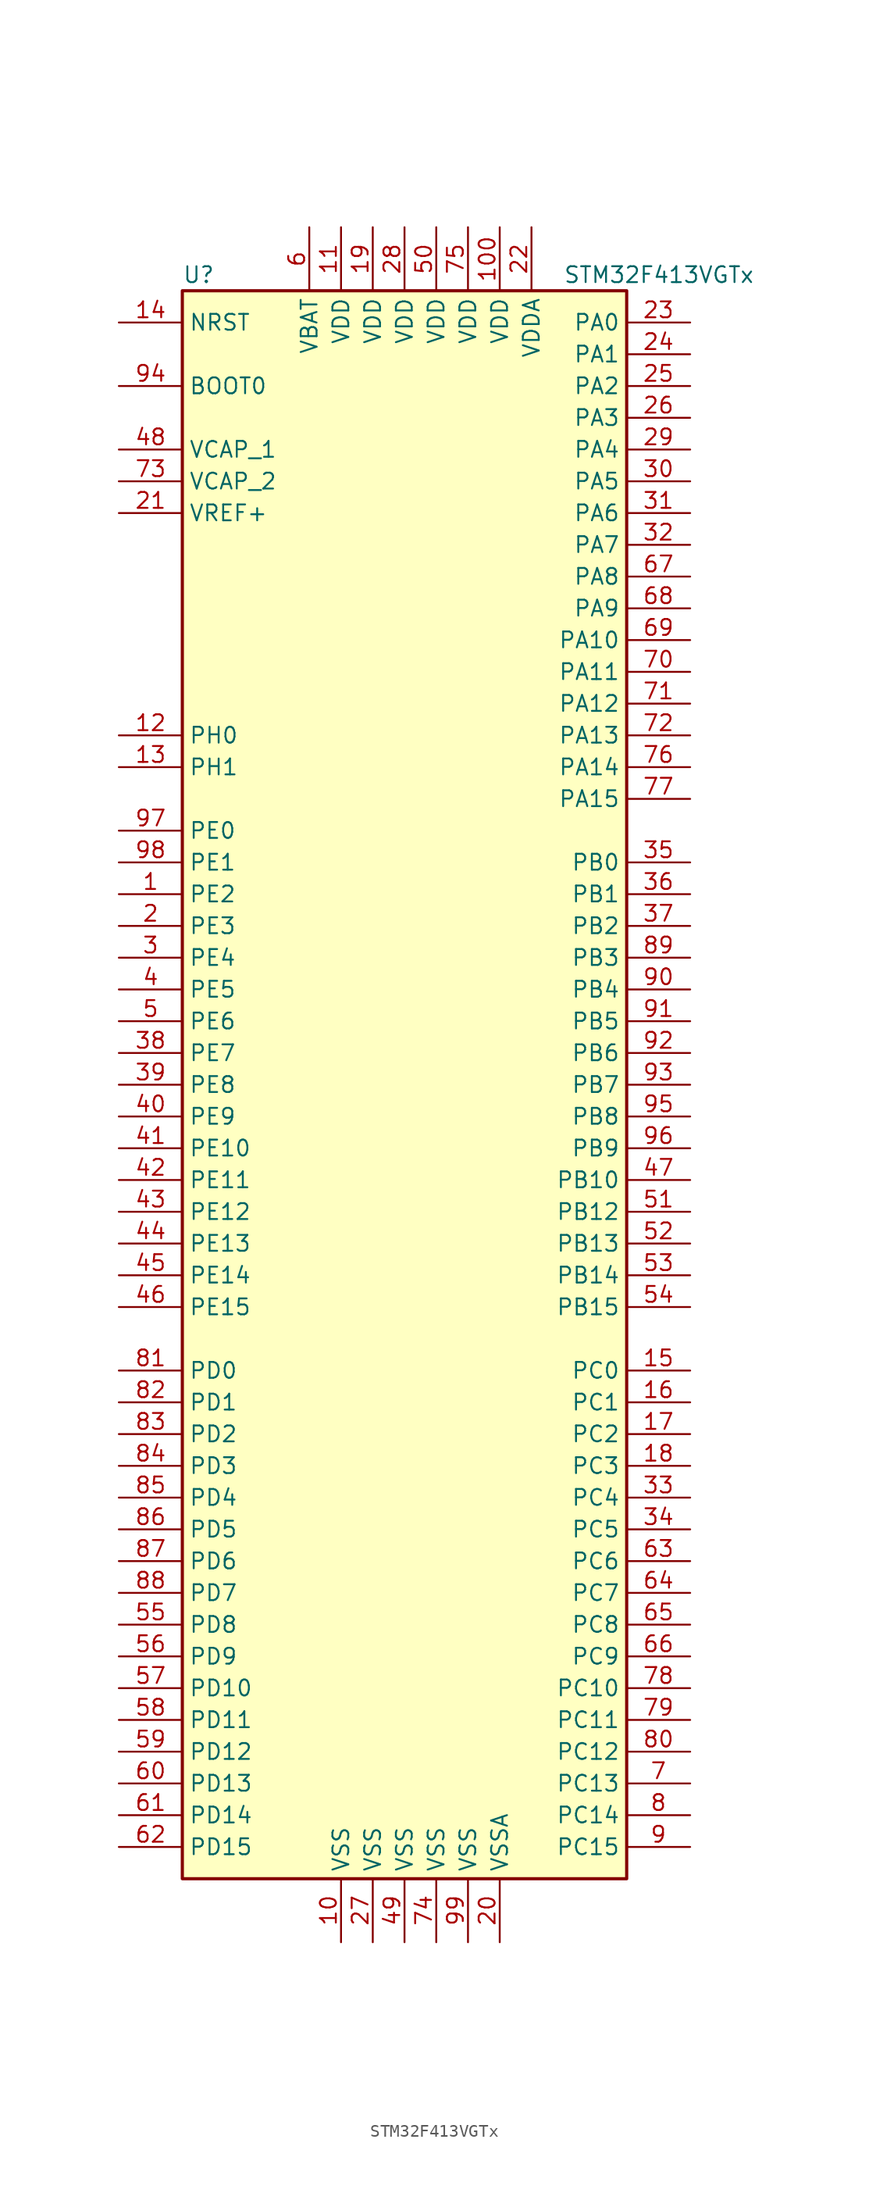
<source format=kicad_sym>
(kicad_symbol_lib
  (version 20201005)
  (generator kicad_symbol_editor)
  (symbol "STM32F413VGTx"
    (property "Reference" "U"
      (at -17.78 64.77 0)
      (effects (font (size 1.27 1.27)) (justify left)))
    (property "Value" "STM32F413VGTx"
      (at 12.7 64.77 0)
      (effects (font (size 1.27 1.27)) (justify left)))
    (symbol "STM32F413VGTx_0_1"
      (rectangle (start -17.78 -63.5) (end 17.78 63.5) (stroke (width 0.254)) (fill (type background))))
    (symbol "STM32F413VGTx_1_1"
      (pin bidirectional line (at -22.86 15.24 0) (length 5.08) (name "PE2" (effects (font (size 1.27 1.27)))) (number "1" (effects (font (size 1.27 1.27)))))
      (pin power_in line (at -5.08 -68.58 90) (length 5.08) (name "VSS" (effects (font (size 1.27 1.27)))) (number "10" (effects (font (size 1.27 1.27)))))
      (pin power_in line (at 7.62 68.58 270) (length 5.08) (name "VDD" (effects (font (size 1.27 1.27)))) (number "100" (effects (font (size 1.27 1.27)))))
      (pin power_in line (at -5.08 68.58 270) (length 5.08) (name "VDD" (effects (font (size 1.27 1.27)))) (number "11" (effects (font (size 1.27 1.27)))))
      (pin input line (at -22.86 27.94 0) (length 5.08) (name "PH0" (effects (font (size 1.27 1.27)))) (number "12" (effects (font (size 1.27 1.27)))))
      (pin input line (at -22.86 25.4 0) (length 5.08) (name "PH1" (effects (font (size 1.27 1.27)))) (number "13" (effects (font (size 1.27 1.27)))))
      (pin input line (at -22.86 60.96 0) (length 5.08) (name "NRST" (effects (font (size 1.27 1.27)))) (number "14" (effects (font (size 1.27 1.27)))))
      (pin bidirectional line (at 22.86 -22.86 180) (length 5.08) (name "PC0" (effects (font (size 1.27 1.27)))) (number "15" (effects (font (size 1.27 1.27)))))
      (pin bidirectional line (at 22.86 -25.4 180) (length 5.08) (name "PC1" (effects (font (size 1.27 1.27)))) (number "16" (effects (font (size 1.27 1.27)))))
      (pin bidirectional line (at 22.86 -27.94 180) (length 5.08) (name "PC2" (effects (font (size 1.27 1.27)))) (number "17" (effects (font (size 1.27 1.27)))))
      (pin bidirectional line (at 22.86 -30.48 180) (length 5.08) (name "PC3" (effects (font (size 1.27 1.27)))) (number "18" (effects (font (size 1.27 1.27)))))
      (pin power_in line (at -2.54 68.58 270) (length 5.08) (name "VDD" (effects (font (size 1.27 1.27)))) (number "19" (effects (font (size 1.27 1.27)))))
      (pin bidirectional line (at -22.86 12.7 0) (length 5.08) (name "PE3" (effects (font (size 1.27 1.27)))) (number "2" (effects (font (size 1.27 1.27)))))
      (pin power_in line (at 7.62 -68.58 90) (length 5.08) (name "VSSA" (effects (font (size 1.27 1.27)))) (number "20" (effects (font (size 1.27 1.27)))))
      (pin power_in line (at -22.86 45.72 0) (length 5.08) (name "VREF+" (effects (font (size 1.27 1.27)))) (number "21" (effects (font (size 1.27 1.27)))))
      (pin power_in line (at 10.16 68.58 270) (length 5.08) (name "VDDA" (effects (font (size 1.27 1.27)))) (number "22" (effects (font (size 1.27 1.27)))))
      (pin bidirectional line (at 22.86 60.96 180) (length 5.08) (name "PA0" (effects (font (size 1.27 1.27)))) (number "23" (effects (font (size 1.27 1.27)))))
      (pin bidirectional line (at 22.86 58.42 180) (length 5.08) (name "PA1" (effects (font (size 1.27 1.27)))) (number "24" (effects (font (size 1.27 1.27)))))
      (pin bidirectional line (at 22.86 55.88 180) (length 5.08) (name "PA2" (effects (font (size 1.27 1.27)))) (number "25" (effects (font (size 1.27 1.27)))))
      (pin bidirectional line (at 22.86 53.34 180) (length 5.08) (name "PA3" (effects (font (size 1.27 1.27)))) (number "26" (effects (font (size 1.27 1.27)))))
      (pin power_in line (at -2.54 -68.58 90) (length 5.08) (name "VSS" (effects (font (size 1.27 1.27)))) (number "27" (effects (font (size 1.27 1.27)))))
      (pin power_in line (at 0 68.58 270) (length 5.08) (name "VDD" (effects (font (size 1.27 1.27)))) (number "28" (effects (font (size 1.27 1.27)))))
      (pin bidirectional line (at 22.86 50.8 180) (length 5.08) (name "PA4" (effects (font (size 1.27 1.27)))) (number "29" (effects (font (size 1.27 1.27)))))
      (pin bidirectional line (at -22.86 10.16 0) (length 5.08) (name "PE4" (effects (font (size 1.27 1.27)))) (number "3" (effects (font (size 1.27 1.27)))))
      (pin bidirectional line (at 22.86 48.26 180) (length 5.08) (name "PA5" (effects (font (size 1.27 1.27)))) (number "30" (effects (font (size 1.27 1.27)))))
      (pin bidirectional line (at 22.86 45.72 180) (length 5.08) (name "PA6" (effects (font (size 1.27 1.27)))) (number "31" (effects (font (size 1.27 1.27)))))
      (pin bidirectional line (at 22.86 43.18 180) (length 5.08) (name "PA7" (effects (font (size 1.27 1.27)))) (number "32" (effects (font (size 1.27 1.27)))))
      (pin bidirectional line (at 22.86 -33.02 180) (length 5.08) (name "PC4" (effects (font (size 1.27 1.27)))) (number "33" (effects (font (size 1.27 1.27)))))
      (pin bidirectional line (at 22.86 -35.56 180) (length 5.08) (name "PC5" (effects (font (size 1.27 1.27)))) (number "34" (effects (font (size 1.27 1.27)))))
      (pin bidirectional line (at 22.86 17.78 180) (length 5.08) (name "PB0" (effects (font (size 1.27 1.27)))) (number "35" (effects (font (size 1.27 1.27)))))
      (pin bidirectional line (at 22.86 15.24 180) (length 5.08) (name "PB1" (effects (font (size 1.27 1.27)))) (number "36" (effects (font (size 1.27 1.27)))))
      (pin bidirectional line (at 22.86 12.7 180) (length 5.08) (name "PB2" (effects (font (size 1.27 1.27)))) (number "37" (effects (font (size 1.27 1.27)))))
      (pin bidirectional line (at -22.86 2.54 0) (length 5.08) (name "PE7" (effects (font (size 1.27 1.27)))) (number "38" (effects (font (size 1.27 1.27)))))
      (pin bidirectional line (at -22.86 0 0) (length 5.08) (name "PE8" (effects (font (size 1.27 1.27)))) (number "39" (effects (font (size 1.27 1.27)))))
      (pin bidirectional line (at -22.86 7.62 0) (length 5.08) (name "PE5" (effects (font (size 1.27 1.27)))) (number "4" (effects (font (size 1.27 1.27)))))
      (pin bidirectional line (at -22.86 -2.54 0) (length 5.08) (name "PE9" (effects (font (size 1.27 1.27)))) (number "40" (effects (font (size 1.27 1.27)))))
      (pin bidirectional line (at -22.86 -5.08 0) (length 5.08) (name "PE10" (effects (font (size 1.27 1.27)))) (number "41" (effects (font (size 1.27 1.27)))))
      (pin bidirectional line (at -22.86 -7.62 0) (length 5.08) (name "PE11" (effects (font (size 1.27 1.27)))) (number "42" (effects (font (size 1.27 1.27)))))
      (pin bidirectional line (at -22.86 -10.16 0) (length 5.08) (name "PE12" (effects (font (size 1.27 1.27)))) (number "43" (effects (font (size 1.27 1.27)))))
      (pin bidirectional line (at -22.86 -12.7 0) (length 5.08) (name "PE13" (effects (font (size 1.27 1.27)))) (number "44" (effects (font (size 1.27 1.27)))))
      (pin bidirectional line (at -22.86 -15.24 0) (length 5.08) (name "PE14" (effects (font (size 1.27 1.27)))) (number "45" (effects (font (size 1.27 1.27)))))
      (pin bidirectional line (at -22.86 -17.78 0) (length 5.08) (name "PE15" (effects (font (size 1.27 1.27)))) (number "46" (effects (font (size 1.27 1.27)))))
      (pin bidirectional line (at 22.86 -7.62 180) (length 5.08) (name "PB10" (effects (font (size 1.27 1.27)))) (number "47" (effects (font (size 1.27 1.27)))))
      (pin power_in line (at -22.86 50.8 0) (length 5.08) (name "VCAP_1" (effects (font (size 1.27 1.27)))) (number "48" (effects (font (size 1.27 1.27)))))
      (pin power_in line (at 0 -68.58 90) (length 5.08) (name "VSS" (effects (font (size 1.27 1.27)))) (number "49" (effects (font (size 1.27 1.27)))))
      (pin bidirectional line (at -22.86 5.08 0) (length 5.08) (name "PE6" (effects (font (size 1.27 1.27)))) (number "5" (effects (font (size 1.27 1.27)))))
      (pin power_in line (at 2.54 68.58 270) (length 5.08) (name "VDD" (effects (font (size 1.27 1.27)))) (number "50" (effects (font (size 1.27 1.27)))))
      (pin bidirectional line (at 22.86 -10.16 180) (length 5.08) (name "PB12" (effects (font (size 1.27 1.27)))) (number "51" (effects (font (size 1.27 1.27)))))
      (pin bidirectional line (at 22.86 -12.7 180) (length 5.08) (name "PB13" (effects (font (size 1.27 1.27)))) (number "52" (effects (font (size 1.27 1.27)))))
      (pin bidirectional line (at 22.86 -15.24 180) (length 5.08) (name "PB14" (effects (font (size 1.27 1.27)))) (number "53" (effects (font (size 1.27 1.27)))))
      (pin bidirectional line (at 22.86 -17.78 180) (length 5.08) (name "PB15" (effects (font (size 1.27 1.27)))) (number "54" (effects (font (size 1.27 1.27)))))
      (pin bidirectional line (at -22.86 -43.18 0) (length 5.08) (name "PD8" (effects (font (size 1.27 1.27)))) (number "55" (effects (font (size 1.27 1.27)))))
      (pin bidirectional line (at -22.86 -45.72 0) (length 5.08) (name "PD9" (effects (font (size 1.27 1.27)))) (number "56" (effects (font (size 1.27 1.27)))))
      (pin bidirectional line (at -22.86 -48.26 0) (length 5.08) (name "PD10" (effects (font (size 1.27 1.27)))) (number "57" (effects (font (size 1.27 1.27)))))
      (pin bidirectional line (at -22.86 -50.8 0) (length 5.08) (name "PD11" (effects (font (size 1.27 1.27)))) (number "58" (effects (font (size 1.27 1.27)))))
      (pin bidirectional line (at -22.86 -53.34 0) (length 5.08) (name "PD12" (effects (font (size 1.27 1.27)))) (number "59" (effects (font (size 1.27 1.27)))))
      (pin power_in line (at -7.62 68.58 270) (length 5.08) (name "VBAT" (effects (font (size 1.27 1.27)))) (number "6" (effects (font (size 1.27 1.27)))))
      (pin bidirectional line (at -22.86 -55.88 0) (length 5.08) (name "PD13" (effects (font (size 1.27 1.27)))) (number "60" (effects (font (size 1.27 1.27)))))
      (pin bidirectional line (at -22.86 -58.42 0) (length 5.08) (name "PD14" (effects (font (size 1.27 1.27)))) (number "61" (effects (font (size 1.27 1.27)))))
      (pin bidirectional line (at -22.86 -60.96 0) (length 5.08) (name "PD15" (effects (font (size 1.27 1.27)))) (number "62" (effects (font (size 1.27 1.27)))))
      (pin bidirectional line (at 22.86 -38.1 180) (length 5.08) (name "PC6" (effects (font (size 1.27 1.27)))) (number "63" (effects (font (size 1.27 1.27)))))
      (pin bidirectional line (at 22.86 -40.64 180) (length 5.08) (name "PC7" (effects (font (size 1.27 1.27)))) (number "64" (effects (font (size 1.27 1.27)))))
      (pin bidirectional line (at 22.86 -43.18 180) (length 5.08) (name "PC8" (effects (font (size 1.27 1.27)))) (number "65" (effects (font (size 1.27 1.27)))))
      (pin bidirectional line (at 22.86 -45.72 180) (length 5.08) (name "PC9" (effects (font (size 1.27 1.27)))) (number "66" (effects (font (size 1.27 1.27)))))
      (pin bidirectional line (at 22.86 40.64 180) (length 5.08) (name "PA8" (effects (font (size 1.27 1.27)))) (number "67" (effects (font (size 1.27 1.27)))))
      (pin bidirectional line (at 22.86 38.1 180) (length 5.08) (name "PA9" (effects (font (size 1.27 1.27)))) (number "68" (effects (font (size 1.27 1.27)))))
      (pin bidirectional line (at 22.86 35.56 180) (length 5.08) (name "PA10" (effects (font (size 1.27 1.27)))) (number "69" (effects (font (size 1.27 1.27)))))
      (pin bidirectional line (at 22.86 -55.88 180) (length 5.08) (name "PC13" (effects (font (size 1.27 1.27)))) (number "7" (effects (font (size 1.27 1.27)))))
      (pin bidirectional line (at 22.86 33.02 180) (length 5.08) (name "PA11" (effects (font (size 1.27 1.27)))) (number "70" (effects (font (size 1.27 1.27)))))
      (pin bidirectional line (at 22.86 30.48 180) (length 5.08) (name "PA12" (effects (font (size 1.27 1.27)))) (number "71" (effects (font (size 1.27 1.27)))))
      (pin bidirectional line (at 22.86 27.94 180) (length 5.08) (name "PA13" (effects (font (size 1.27 1.27)))) (number "72" (effects (font (size 1.27 1.27)))))
      (pin power_in line (at -22.86 48.26 0) (length 5.08) (name "VCAP_2" (effects (font (size 1.27 1.27)))) (number "73" (effects (font (size 1.27 1.27)))))
      (pin power_in line (at 2.54 -68.58 90) (length 5.08) (name "VSS" (effects (font (size 1.27 1.27)))) (number "74" (effects (font (size 1.27 1.27)))))
      (pin power_in line (at 5.08 68.58 270) (length 5.08) (name "VDD" (effects (font (size 1.27 1.27)))) (number "75" (effects (font (size 1.27 1.27)))))
      (pin bidirectional line (at 22.86 25.4 180) (length 5.08) (name "PA14" (effects (font (size 1.27 1.27)))) (number "76" (effects (font (size 1.27 1.27)))))
      (pin bidirectional line (at 22.86 22.86 180) (length 5.08) (name "PA15" (effects (font (size 1.27 1.27)))) (number "77" (effects (font (size 1.27 1.27)))))
      (pin bidirectional line (at 22.86 -48.26 180) (length 5.08) (name "PC10" (effects (font (size 1.27 1.27)))) (number "78" (effects (font (size 1.27 1.27)))))
      (pin bidirectional line (at 22.86 -50.8 180) (length 5.08) (name "PC11" (effects (font (size 1.27 1.27)))) (number "79" (effects (font (size 1.27 1.27)))))
      (pin bidirectional line (at 22.86 -58.42 180) (length 5.08) (name "PC14" (effects (font (size 1.27 1.27)))) (number "8" (effects (font (size 1.27 1.27)))))
      (pin bidirectional line (at 22.86 -53.34 180) (length 5.08) (name "PC12" (effects (font (size 1.27 1.27)))) (number "80" (effects (font (size 1.27 1.27)))))
      (pin bidirectional line (at -22.86 -22.86 0) (length 5.08) (name "PD0" (effects (font (size 1.27 1.27)))) (number "81" (effects (font (size 1.27 1.27)))))
      (pin bidirectional line (at -22.86 -25.4 0) (length 5.08) (name "PD1" (effects (font (size 1.27 1.27)))) (number "82" (effects (font (size 1.27 1.27)))))
      (pin bidirectional line (at -22.86 -27.94 0) (length 5.08) (name "PD2" (effects (font (size 1.27 1.27)))) (number "83" (effects (font (size 1.27 1.27)))))
      (pin bidirectional line (at -22.86 -30.48 0) (length 5.08) (name "PD3" (effects (font (size 1.27 1.27)))) (number "84" (effects (font (size 1.27 1.27)))))
      (pin bidirectional line (at -22.86 -33.02 0) (length 5.08) (name "PD4" (effects (font (size 1.27 1.27)))) (number "85" (effects (font (size 1.27 1.27)))))
      (pin bidirectional line (at -22.86 -35.56 0) (length 5.08) (name "PD5" (effects (font (size 1.27 1.27)))) (number "86" (effects (font (size 1.27 1.27)))))
      (pin bidirectional line (at -22.86 -38.1 0) (length 5.08) (name "PD6" (effects (font (size 1.27 1.27)))) (number "87" (effects (font (size 1.27 1.27)))))
      (pin bidirectional line (at -22.86 -40.64 0) (length 5.08) (name "PD7" (effects (font (size 1.27 1.27)))) (number "88" (effects (font (size 1.27 1.27)))))
      (pin bidirectional line (at 22.86 10.16 180) (length 5.08) (name "PB3" (effects (font (size 1.27 1.27)))) (number "89" (effects (font (size 1.27 1.27)))))
      (pin bidirectional line (at 22.86 -60.96 180) (length 5.08) (name "PC15" (effects (font (size 1.27 1.27)))) (number "9" (effects (font (size 1.27 1.27)))))
      (pin bidirectional line (at 22.86 7.62 180) (length 5.08) (name "PB4" (effects (font (size 1.27 1.27)))) (number "90" (effects (font (size 1.27 1.27)))))
      (pin bidirectional line (at 22.86 5.08 180) (length 5.08) (name "PB5" (effects (font (size 1.27 1.27)))) (number "91" (effects (font (size 1.27 1.27)))))
      (pin bidirectional line (at 22.86 2.54 180) (length 5.08) (name "PB6" (effects (font (size 1.27 1.27)))) (number "92" (effects (font (size 1.27 1.27)))))
      (pin bidirectional line (at 22.86 0 180) (length 5.08) (name "PB7" (effects (font (size 1.27 1.27)))) (number "93" (effects (font (size 1.27 1.27)))))
      (pin input line (at -22.86 55.88 0) (length 5.08) (name "BOOT0" (effects (font (size 1.27 1.27)))) (number "94" (effects (font (size 1.27 1.27)))))
      (pin bidirectional line (at 22.86 -2.54 180) (length 5.08) (name "PB8" (effects (font (size 1.27 1.27)))) (number "95" (effects (font (size 1.27 1.27)))))
      (pin bidirectional line (at 22.86 -5.08 180) (length 5.08) (name "PB9" (effects (font (size 1.27 1.27)))) (number "96" (effects (font (size 1.27 1.27)))))
      (pin bidirectional line (at -22.86 20.32 0) (length 5.08) (name "PE0" (effects (font (size 1.27 1.27)))) (number "97" (effects (font (size 1.27 1.27)))))
      (pin bidirectional line (at -22.86 17.78 0) (length 5.08) (name "PE1" (effects (font (size 1.27 1.27)))) (number "98" (effects (font (size 1.27 1.27)))))
      (pin power_in line (at 5.08 -68.58 90) (length 5.08) (name "VSS" (effects (font (size 1.27 1.27)))) (number "99" (effects (font (size 1.27 1.27))))))))
</source>
